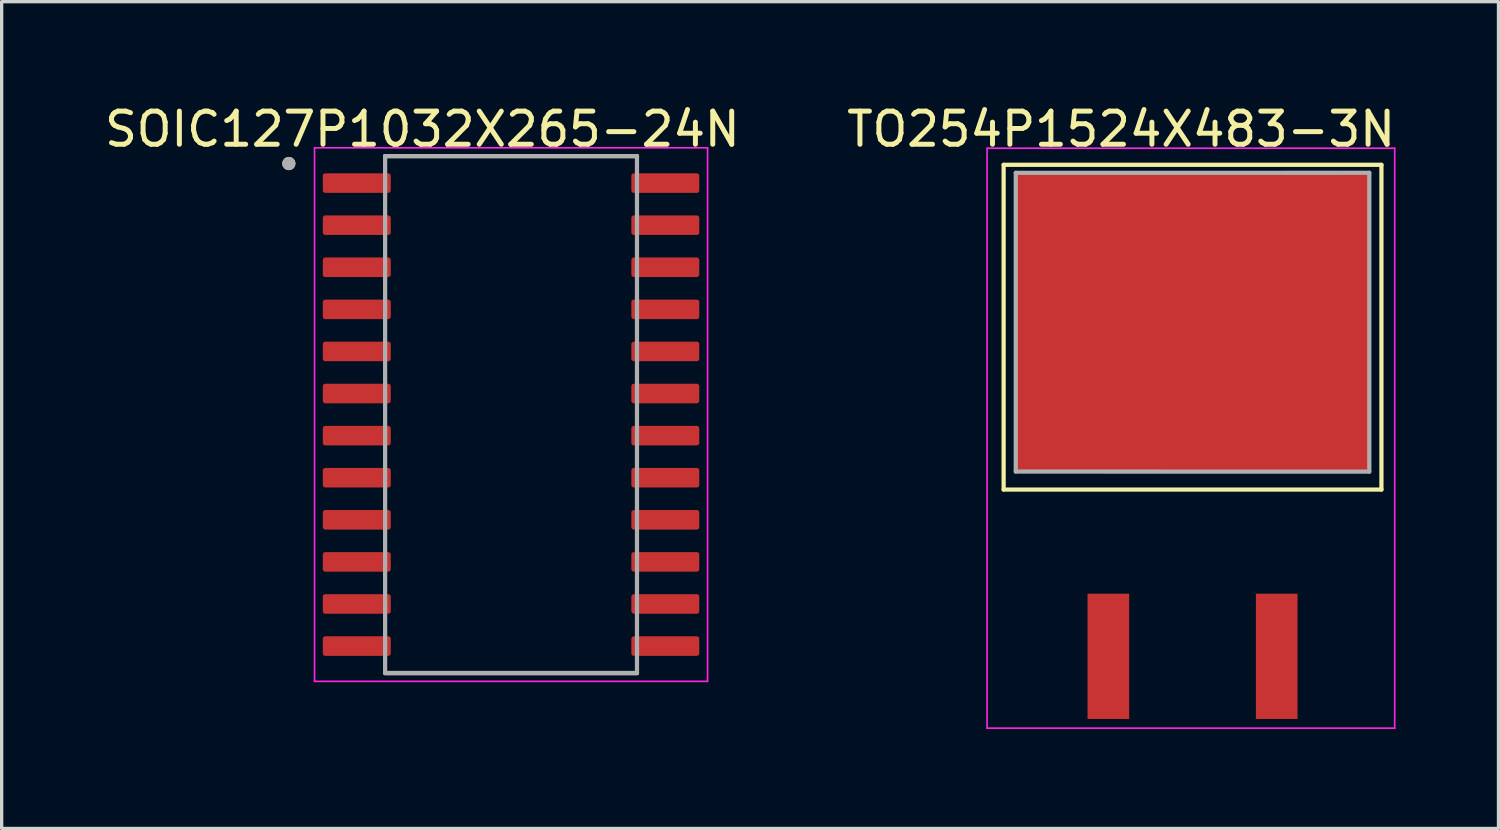
<source format=kicad_pcb>
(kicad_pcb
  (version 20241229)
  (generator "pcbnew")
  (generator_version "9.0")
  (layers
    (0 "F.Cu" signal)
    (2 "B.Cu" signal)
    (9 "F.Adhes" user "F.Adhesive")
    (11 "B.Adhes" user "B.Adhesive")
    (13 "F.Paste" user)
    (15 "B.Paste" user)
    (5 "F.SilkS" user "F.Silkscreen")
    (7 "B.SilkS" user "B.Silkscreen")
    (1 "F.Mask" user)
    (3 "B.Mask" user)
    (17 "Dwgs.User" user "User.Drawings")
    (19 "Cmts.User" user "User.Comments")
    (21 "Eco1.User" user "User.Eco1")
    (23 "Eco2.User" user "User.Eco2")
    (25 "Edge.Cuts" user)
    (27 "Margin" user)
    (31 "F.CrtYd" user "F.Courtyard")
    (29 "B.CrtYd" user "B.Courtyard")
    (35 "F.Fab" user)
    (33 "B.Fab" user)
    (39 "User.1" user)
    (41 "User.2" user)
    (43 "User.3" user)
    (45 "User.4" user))
  (footprint "TO254P1524X483-3N"
    (layer "F.Cu")
    (at 32.935 11.023)
    (property "Reference" "TO254P1524X483-3N" (at -2.155 -10.175 0) (layer "F.SilkS") (effects (font (size 1 1) (thickness 0.15))))
    (attr smd)
    (fp_line (start -5.7 -9.1) (end 5.7 -9.1) (stroke (width 0.127) (type solid)) (layer "F.SilkS"))
    (fp_line (start -5.7 0.7) (end -5.7 -9.1) (stroke (width 0.127) (type solid)) (layer "F.SilkS"))
    (fp_line (start 5.7 -9.1) (end 5.7 0.7) (stroke (width 0.127) (type solid)) (layer "F.SilkS"))
    (fp_line (start 5.7 0.7) (end -5.7 0.7) (stroke (width 0.127) (type solid)) (layer "F.SilkS"))
    (fp_poly (pts (xy -3.6 -8.07) (xy -1.7 -8.07) (xy -1.7 -6.75) (xy -3.6 -6.75)) (stroke (width 0.01) (type solid)) (fill yes) (layer "F.Paste"))
    (fp_poly (pts (xy -3.6 -6.1) (xy -1.7 -6.1) (xy -1.7 -4.78) (xy -3.6 -4.78)) (stroke (width 0.01) (type solid)) (fill yes) (layer "F.Paste"))
    (fp_poly (pts (xy -3.6 -4.13) (xy -1.7 -4.13) (xy -1.7 -2.81) (xy -3.6 -2.81)) (stroke (width 0.01) (type solid)) (fill yes) (layer "F.Paste"))
    (fp_poly (pts (xy -3.6 -2.16) (xy -1.7 -2.16) (xy -1.7 -0.84) (xy -3.6 -0.84)) (stroke (width 0.01) (type solid)) (fill yes) (layer "F.Paste"))
    (fp_poly (pts (xy 1.825 -8.07) (xy 3.725 -8.07) (xy 3.725 -6.75) (xy 1.825 -6.75)) (stroke (width 0.01) (type solid)) (fill yes) (layer "F.Paste"))
    (fp_poly (pts (xy 1.825 -6.1) (xy 3.725 -6.1) (xy 3.725 -4.78) (xy 1.825 -4.78)) (stroke (width 0.01) (type solid)) (fill yes) (layer "F.Paste"))
    (fp_poly (pts (xy 1.825 -4.13) (xy 3.725 -4.13) (xy 3.725 -2.81) (xy 1.825 -2.81)) (stroke (width 0.01) (type solid)) (fill yes) (layer "F.Paste"))
    (fp_poly (pts (xy 1.825 -2.16) (xy 3.725 -2.16) (xy 3.725 -0.84) (xy 1.825 -0.84)) (stroke (width 0.01) (type solid)) (fill yes) (layer "F.Paste"))
    (fp_line (start -6.2 -9.6) (end -6.2 7.9) (stroke (width 0.05) (type solid)) (layer "F.CrtYd"))
    (fp_line (start -6.2 7.9) (end 6.1 7.9) (stroke (width 0.05) (type solid)) (layer "F.CrtYd"))
    (fp_line (start 6.1 -9.6) (end -6.2 -9.6) (stroke (width 0.05) (type solid)) (layer "F.CrtYd"))
    (fp_line (start 6.1 7.9) (end 6.1 -9.6) (stroke (width 0.05) (type solid)) (layer "F.CrtYd"))
    (fp_line (start -5.334 -8.857) (end 5.334 -8.859) (stroke (width 0.127) (type solid)) (layer "F.Fab"))
    (fp_line (start -5.334 0.157) (end -5.334 -8.858) (stroke (width 0.127) (type solid)) (layer "F.Fab"))
    (fp_line (start 5.334 -8.859) (end 5.334 0.156) (stroke (width 0.127) (type solid)) (layer "F.Fab"))
    (fp_line (start 5.334 0.159) (end -5.334 0.157) (stroke (width 0.127) (type solid)) (layer "F.Fab"))
    (pad "1" smd rect (at -2.54 5.732) (size 1.257 3.78) (layers "F.Cu" "F.Mask" "F.Paste"))
    (pad "2" smd rect (at 0 -4.35) (size 10.668 9.017) (layers "F.Cu" "F.Mask"))
    (pad "3" smd rect (at 2.54 5.732) (size 1.257 3.78) (layers "F.Cu" "F.Mask" "F.Paste")))
  (footprint "SOIC127P1032X265-24N"
    (layer "F.Cu")
    (at 12.371 9.46)
    (property "Reference" "SOIC127P1032X265-24N" (at -2.675 -8.612 0) (layer "F.SilkS") (effects (font (size 1 1) (thickness 0.15))))
    (attr smd)
    (fp_line (start -3.8 -7.8) (end 3.8 -7.8) (stroke (width 0.127) (type solid)) (layer "F.SilkS"))
    (fp_line (start -3.8 7.8) (end 3.8 7.8) (stroke (width 0.127) (type solid)) (layer "F.SilkS"))
    (fp_circle (center -6.705 -7.575) (end -6.605 -7.575) (stroke (width 0.2) (type solid)) (fill no) (layer "F.SilkS"))
    (fp_line (start -5.93 -8.05) (end -5.93 8.05) (stroke (width 0.05) (type solid)) (layer "F.CrtYd"))
    (fp_line (start -5.93 -8.05) (end 5.93 -8.05) (stroke (width 0.05) (type solid)) (layer "F.CrtYd"))
    (fp_line (start -5.93 8.05) (end 5.93 8.05) (stroke (width 0.05) (type solid)) (layer "F.CrtYd"))
    (fp_line (start 5.93 -8.05) (end 5.93 8.05) (stroke (width 0.05) (type solid)) (layer "F.CrtYd"))
    (fp_line (start -3.8 -7.8) (end -3.8 7.8) (stroke (width 0.127) (type solid)) (layer "F.Fab"))
    (fp_line (start -3.8 -7.8) (end 3.8 -7.8) (stroke (width 0.127) (type solid)) (layer "F.Fab"))
    (fp_line (start -3.8 7.8) (end 3.8 7.8) (stroke (width 0.127) (type solid)) (layer "F.Fab"))
    (fp_line (start 3.8 -7.8) (end 3.8 7.8) (stroke (width 0.127) (type solid)) (layer "F.Fab"))
    (fp_circle (center -6.705 -7.575) (end -6.605 -7.575) (stroke (width 0.2) (type solid)) (fill no) (layer "F.Fab"))
    (pad "1" smd roundrect (at -4.655 -6.985) (size 2.05 0.59) (layers "F.Cu" "F.Mask" "F.Paste") (roundrect_rratio 0.125))
    (pad "2" smd roundrect (at -4.655 -5.715) (size 2.05 0.59) (layers "F.Cu" "F.Mask" "F.Paste") (roundrect_rratio 0.125))
    (pad "3" smd roundrect (at -4.655 -4.445) (size 2.05 0.59) (layers "F.Cu" "F.Mask" "F.Paste") (roundrect_rratio 0.125))
    (pad "4" smd roundrect (at -4.655 -3.175) (size 2.05 0.59) (layers "F.Cu" "F.Mask" "F.Paste") (roundrect_rratio 0.125))
    (pad "5" smd roundrect (at -4.655 -1.905) (size 2.05 0.59) (layers "F.Cu" "F.Mask" "F.Paste") (roundrect_rratio 0.125))
    (pad "6" smd roundrect (at -4.655 -0.635) (size 2.05 0.59) (layers "F.Cu" "F.Mask" "F.Paste") (roundrect_rratio 0.125))
    (pad "7" smd roundrect (at -4.655 0.635) (size 2.05 0.59) (layers "F.Cu" "F.Mask" "F.Paste") (roundrect_rratio 0.125))
    (pad "8" smd roundrect (at -4.655 1.905) (size 2.05 0.59) (layers "F.Cu" "F.Mask" "F.Paste") (roundrect_rratio 0.125))
    (pad "9" smd roundrect (at -4.655 3.175) (size 2.05 0.59) (layers "F.Cu" "F.Mask" "F.Paste") (roundrect_rratio 0.125))
    (pad "10" smd roundrect (at -4.655 4.445) (size 2.05 0.59) (layers "F.Cu" "F.Mask" "F.Paste") (roundrect_rratio 0.125))
    (pad "11" smd roundrect (at -4.655 5.715) (size 2.05 0.59) (layers "F.Cu" "F.Mask" "F.Paste") (roundrect_rratio 0.125))
    (pad "12" smd roundrect (at -4.655 6.985) (size 2.05 0.59) (layers "F.Cu" "F.Mask" "F.Paste") (roundrect_rratio 0.125))
    (pad "13" smd roundrect (at 4.655 6.985) (size 2.05 0.59) (layers "F.Cu" "F.Mask" "F.Paste") (roundrect_rratio 0.125))
    (pad "14" smd roundrect (at 4.655 5.715) (size 2.05 0.59) (layers "F.Cu" "F.Mask" "F.Paste") (roundrect_rratio 0.125))
    (pad "15" smd roundrect (at 4.655 4.445) (size 2.05 0.59) (layers "F.Cu" "F.Mask" "F.Paste") (roundrect_rratio 0.125))
    (pad "16" smd roundrect (at 4.655 3.175) (size 2.05 0.59) (layers "F.Cu" "F.Mask" "F.Paste") (roundrect_rratio 0.125))
    (pad "17" smd roundrect (at 4.655 1.905) (size 2.05 0.59) (layers "F.Cu" "F.Mask" "F.Paste") (roundrect_rratio 0.125))
    (pad "18" smd roundrect (at 4.655 0.635) (size 2.05 0.59) (layers "F.Cu" "F.Mask" "F.Paste") (roundrect_rratio 0.125))
    (pad "19" smd roundrect (at 4.655 -0.635) (size 2.05 0.59) (layers "F.Cu" "F.Mask" "F.Paste") (roundrect_rratio 0.125))
    (pad "20" smd roundrect (at 4.655 -1.905) (size 2.05 0.59) (layers "F.Cu" "F.Mask" "F.Paste") (roundrect_rratio 0.125))
    (pad "21" smd roundrect (at 4.655 -3.175) (size 2.05 0.59) (layers "F.Cu" "F.Mask" "F.Paste") (roundrect_rratio 0.125))
    (pad "22" smd roundrect (at 4.655 -4.445) (size 2.05 0.59) (layers "F.Cu" "F.Mask" "F.Paste") (roundrect_rratio 0.125))
    (pad "23" smd roundrect (at 4.655 -5.715) (size 2.05 0.59) (layers "F.Cu" "F.Mask" "F.Paste") (roundrect_rratio 0.125))
    (pad "24" smd roundrect (at 4.655 -6.985) (size 2.05 0.59) (layers "F.Cu" "F.Mask" "F.Paste") (roundrect_rratio 0.125)))
  (gr_rect
    (start -3 -3)
    (end 42.167 21.948)
    (stroke (width 0.1) (type default))
    (fill no)
    (layer "Edge.Cuts")))
</source>
